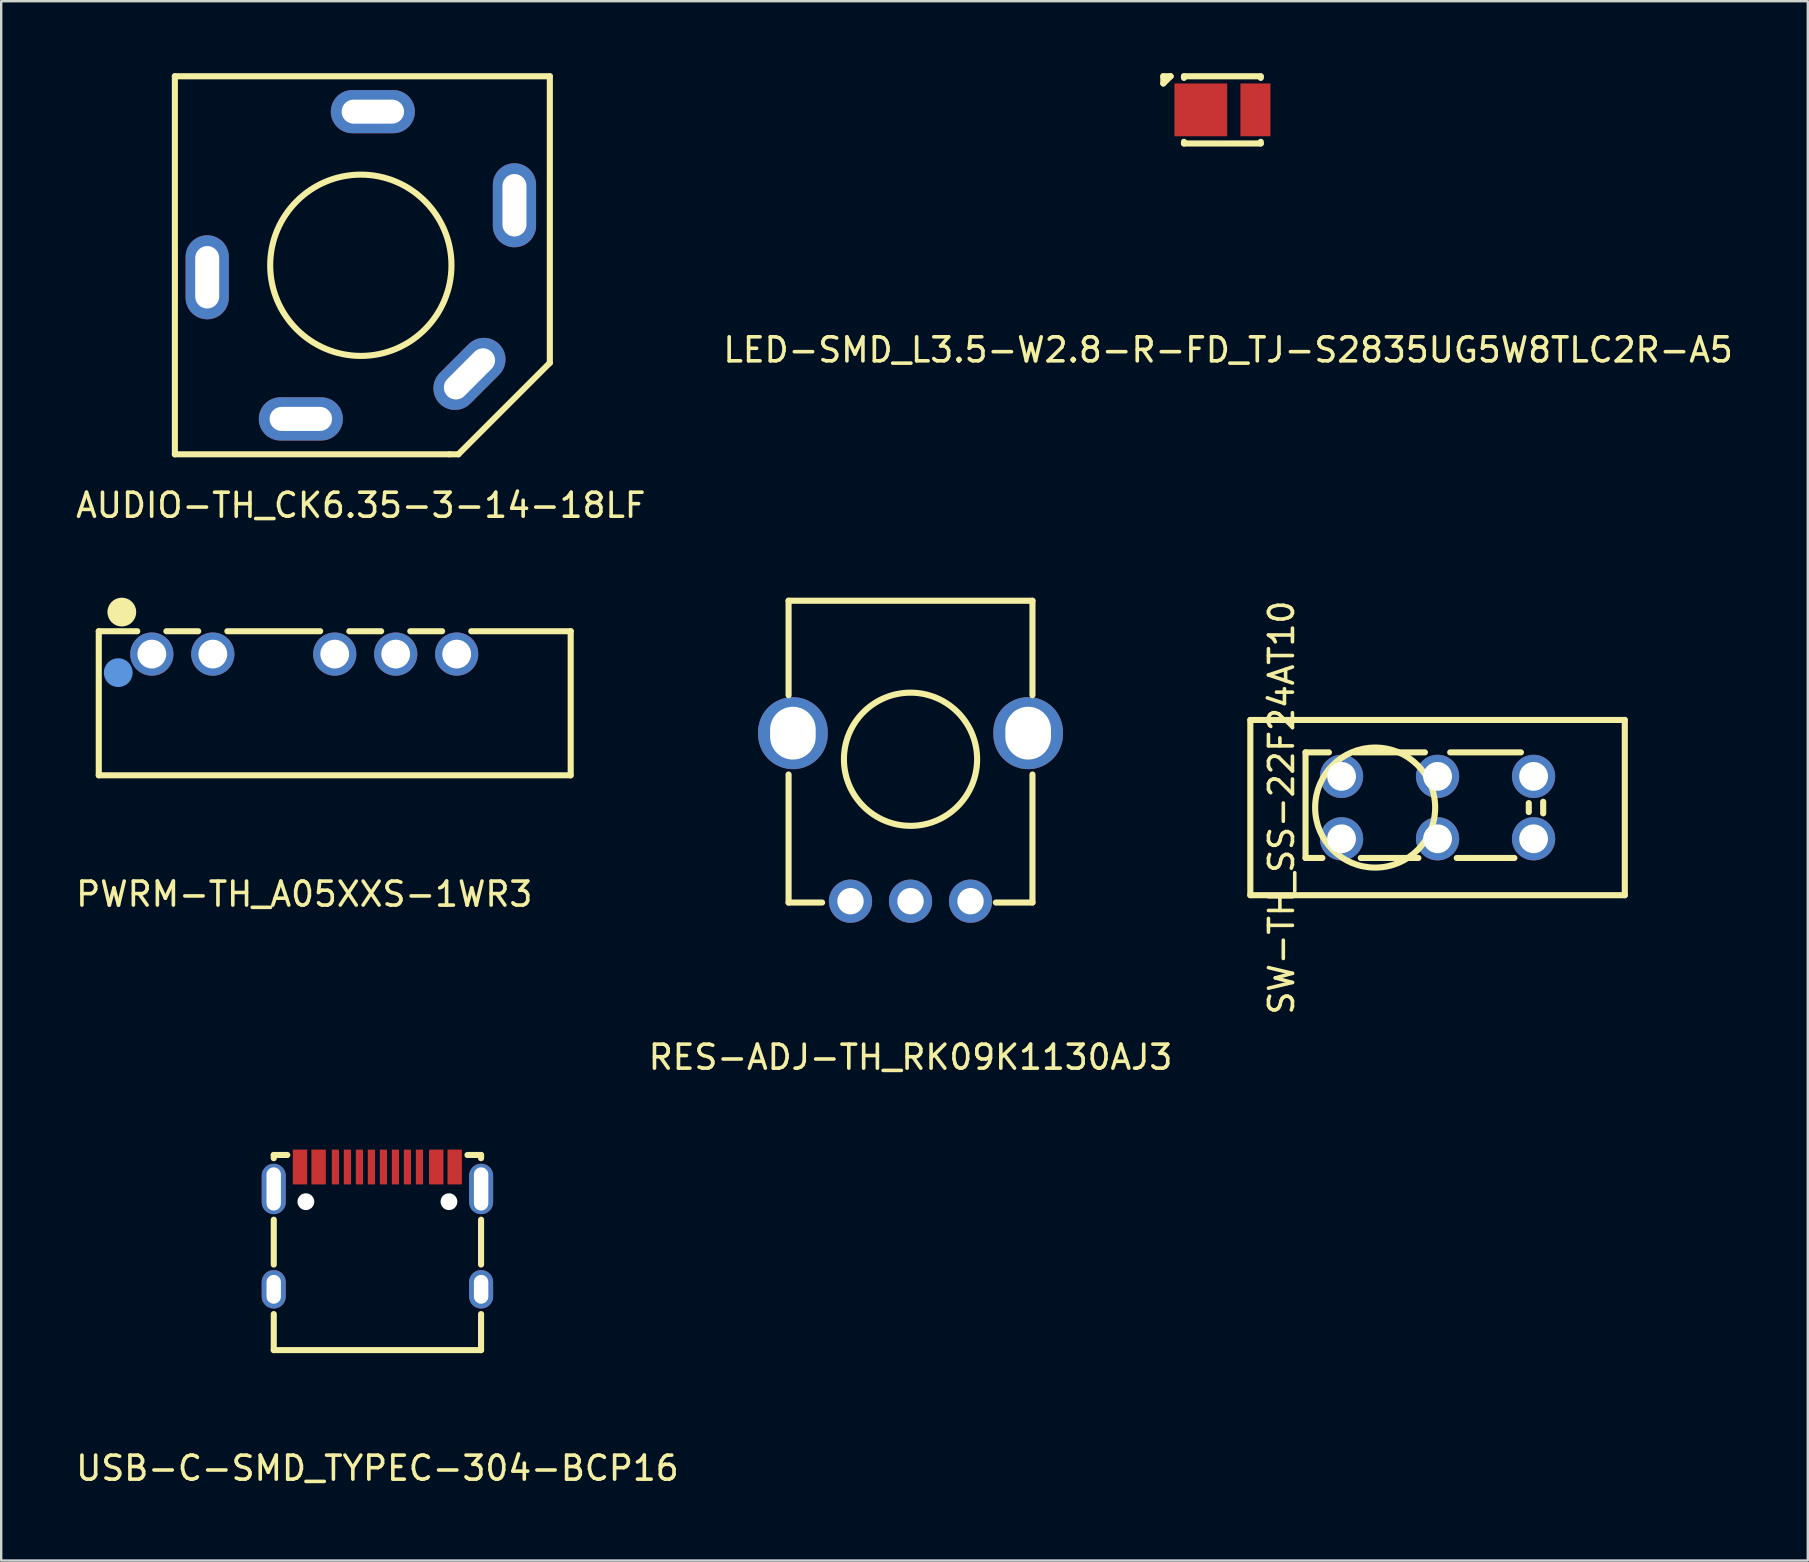
<source format=kicad_pcb>
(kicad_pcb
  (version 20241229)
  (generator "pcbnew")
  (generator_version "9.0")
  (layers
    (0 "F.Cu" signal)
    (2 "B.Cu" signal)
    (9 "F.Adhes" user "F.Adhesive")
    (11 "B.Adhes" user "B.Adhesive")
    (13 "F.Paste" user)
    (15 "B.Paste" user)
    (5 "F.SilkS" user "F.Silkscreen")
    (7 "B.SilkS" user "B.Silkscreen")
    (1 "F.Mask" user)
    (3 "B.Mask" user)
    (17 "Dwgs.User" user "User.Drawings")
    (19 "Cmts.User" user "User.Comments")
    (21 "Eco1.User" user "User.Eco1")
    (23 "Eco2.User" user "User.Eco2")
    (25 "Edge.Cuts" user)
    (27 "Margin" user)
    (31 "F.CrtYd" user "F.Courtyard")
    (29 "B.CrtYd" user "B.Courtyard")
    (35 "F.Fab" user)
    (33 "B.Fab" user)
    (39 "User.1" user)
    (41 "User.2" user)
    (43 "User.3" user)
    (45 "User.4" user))
  (footprint "PWRM-TH_A05XXS-1WR3"
    (layer "F.Cu")
    (at 9.625 24.199)
    (property "Reference" "PWRM-TH_A05XXS-1WR3" (at 0 10 0) (layer "F.SilkS") (effects (font (size 1 1) (thickness 0.15))))
    (attr through_hole)
    (fp_line (start -8.56 -0.953) (end -8.56 5.05) (stroke (width 0.254) (type solid)) (layer "F.SilkS"))
    (fp_line (start -8.56 -0.953) (end -6.957 -0.953) (stroke (width 0.254) (type solid)) (layer "F.SilkS"))
    (fp_line (start -5.743 -0.953) (end -4.417 -0.953) (stroke (width 0.254) (type solid)) (layer "F.SilkS"))
    (fp_line (start -3.203 -0.953) (end 0.663 -0.953) (stroke (width 0.254) (type solid)) (layer "F.SilkS"))
    (fp_line (start 1.877 -0.953) (end 3.203 -0.953) (stroke (width 0.254) (type solid)) (layer "F.SilkS"))
    (fp_line (start 4.417 -0.953) (end 5.743 -0.953) (stroke (width 0.254) (type solid)) (layer "F.SilkS"))
    (fp_line (start 6.957 -0.953) (end 11.1 -0.953) (stroke (width 0.254) (type solid)) (layer "F.SilkS"))
    (fp_line (start 11.09 5.05) (end -8.56 5.05) (stroke (width 0.254) (type solid)) (layer "F.SilkS"))
    (fp_line (start 11.1 5.05) (end 11.1 -0.954) (stroke (width 0.254) (type solid)) (layer "F.SilkS"))
    (fp_circle (center -7.6 -1.75) (end -7.6 -1.45) (stroke (width 0.6) (type solid)) (fill no) (layer "F.SilkS"))
    (fp_circle (center -7.749 0.773) (end -7.749 1.073) (stroke (width 0.6) (type solid)) (fill no) (layer "Cmts.User"))
    (pad "1" thru_hole circle (at -6.35 0.000025) (size 1.8 1.8) (drill 1.2) (layers "*.Cu" "*.Mask"))
    (pad "2" thru_hole circle (at -3.81 0.000025) (size 1.8 1.8) (drill 1.2) (layers "*.Cu" "*.Mask"))
    (pad "4" thru_hole circle (at 1.27 0.000025) (size 1.8 1.8) (drill 1.2) (layers "*.Cu" "*.Mask"))
    (pad "5" thru_hole circle (at 3.81 0.000025) (size 1.8 1.8) (drill 1.2) (layers "*.Cu" "*.Mask"))
    (pad "6" thru_hole circle (at 6.35 0.000025) (size 1.8 1.8) (drill 1.2) (layers "*.Cu" "*.Mask")))
  (footprint "LED-SMD_L3.5-W2.8-R-FD_TJ-S2835UG5W8TLC2R-A5"
    (layer "F.Cu")
    (at 48.113 1.527)
    (property "Reference" "LED-SMD_L3.5-W2.8-R-FD_TJ-S2835UG5W8TLC2R-A5" (at 0 10 0) (layer "F.SilkS") (effects (font (size 1 1) (thickness 0.15))))
    (attr through_hole)
    (fp_line (start -2.7 -1.4) (end -2.7 -1.1) (stroke (width 0.254) (type solid)) (layer "F.SilkS"))
    (fp_line (start -2.4 -1.4) (end -2.7 -1.1) (stroke (width 0.254) (type solid)) (layer "F.SilkS"))
    (fp_line (start -2.4 -1.4) (end -2.7 -1.4) (stroke (width 0.254) (type solid)) (layer "F.SilkS"))
    (fp_line (start -2.4 -1.4) (end -2.4 -1.4) (stroke (width 0.254) (type solid)) (layer "F.SilkS"))
    (fp_line (start -1.84 -1.4) (end -1.84 -1.331) (stroke (width 0.254) (type solid)) (layer "F.SilkS"))
    (fp_line (start -1.84 1.331) (end -1.84 1.4) (stroke (width 0.254) (type solid)) (layer "F.SilkS"))
    (fp_line (start -1.84 1.4) (end 1.36 1.4) (stroke (width 0.254) (type solid)) (layer "F.SilkS"))
    (fp_line (start 1.36 -1.4) (end -1.84 -1.4) (stroke (width 0.254) (type solid)) (layer "F.SilkS"))
    (fp_line (start 1.36 -1.331) (end 1.36 -1.39) (stroke (width 0.254) (type solid)) (layer "F.SilkS"))
    (fp_line (start 1.36 1.4) (end 1.36 1.331) (stroke (width 0.254) (type solid)) (layer "F.SilkS"))
    (pad "1" smd rect (at 1.138 0 180) (size 1.25 2.2) (layers "F.Cu" "F.Mask" "F.Paste"))
    (pad "2" smd rect (at -1.138 0 180) (size 2.2 2.2) (layers "F.Cu" "F.Mask" "F.Paste")))
  (footprint "AUDIO-TH_CK6.35-3-14-18LF"
    (layer "F.Cu")
    (at 11.982 8.001)
    (property "Reference" "AUDIO-TH_CK6.35-3-14-18LF" (at 0 10 0) (layer "F.SilkS") (effects (font (size 1 1) (thickness 0.15))))
    (attr through_hole)
    (fp_line (start -7.747 -7.874) (end -7.747 7.874) (stroke (width 0.254) (type solid)) (layer "F.SilkS"))
    (fp_line (start -7.747 7.874) (end 3.683 7.874) (stroke (width 0.254) (type solid)) (layer "F.SilkS"))
    (fp_line (start 3.683 7.874) (end 4.064 7.874) (stroke (width 0.254) (type solid)) (layer "F.SilkS"))
    (fp_line (start 4.064 7.874) (end 7.874 4.064) (stroke (width 0.254) (type solid)) (layer "F.SilkS"))
    (fp_line (start 7.874 -7.874) (end -7.747 -7.874) (stroke (width 0.254) (type solid)) (layer "F.SilkS"))
    (fp_line (start 7.874 4.064) (end 7.874 -7.874) (stroke (width 0.254) (type solid)) (layer "F.SilkS"))
    (fp_circle (center 0 0) (end 0 3.776) (stroke (width 0.254) (type solid)) (fill no) (layer "F.SilkS"))
    (pad "1" thru_hole oval (at 4.525 4.525 315) (size 1.8 3.5) (drill oval 1 2.6) (layers "*.Cu" "*.Mask"))
    (pad "2" thru_hole oval (at -6.4 0.5) (size 1.8 3.5) (drill oval 1 2.6) (layers "*.Cu" "*.Mask"))
    (pad "3" thru_hole oval (at 0.5 -6.4 90) (size 1.8 3.5) (drill oval 1 2.6) (layers "*.Cu" "*.Mask"))
    (pad "4" thru_hole oval (at -2.5 6.4 90) (size 1.8 3.5) (drill oval 1 2.6) (layers "*.Cu" "*.Mask"))
    (pad "5" thru_hole oval (at 6.4 -2.5) (size 1.8 3.5) (drill oval 1 2.6) (layers "*.Cu" "*.Mask")))
  (footprint "USB-C-SMD_TYPEC-304-BCP16"
    (layer "F.Cu")
    (at 12.673 48.114)
    (property "Reference" "USB-C-SMD_TYPEC-304-BCP16" (at 0 10 0) (layer "F.SilkS") (effects (font (size 1 1) (thickness 0.15))))
    (attr through_hole)
    (fp_line (start -4.318 -3.048) (end -4.318 -2.914) (stroke (width 0.254) (type solid)) (layer "F.SilkS"))
    (fp_line (start -4.318 -0.351) (end -4.318 1.516) (stroke (width 0.254) (type solid)) (layer "F.SilkS"))
    (fp_line (start -4.318 3.579) (end -4.318 5.08) (stroke (width 0.254) (type solid)) (layer "F.SilkS"))
    (fp_line (start -4.318 5.08) (end 4.318 5.08) (stroke (width 0.254) (type solid)) (layer "F.SilkS"))
    (fp_line (start -3.756 -3.048) (end -4.318 -3.048) (stroke (width 0.254) (type solid)) (layer "F.SilkS"))
    (fp_line (start 4.318 -3.048) (end 3.751 -3.048) (stroke (width 0.254) (type solid)) (layer "F.SilkS"))
    (fp_line (start 4.318 -2.914) (end 4.318 -3.048) (stroke (width 0.254) (type solid)) (layer "F.SilkS"))
    (fp_line (start 4.318 1.516) (end 4.318 -0.351) (stroke (width 0.254) (type solid)) (layer "F.SilkS"))
    (fp_line (start 4.318 5.08) (end 4.318 3.579) (stroke (width 0.254) (type solid)) (layer "F.SilkS"))
    (pad "" np_thru_hole circle (at -2.98 -1.102) (size 0.7 0.7) (drill 0.7) (layers "*.Cu" "*.Mask"))
    (pad "" np_thru_hole circle (at 2.98 -1.102) (size 0.7 0.7) (drill 0.7) (layers "*.Cu" "*.Mask"))
    (pad "13" thru_hole oval (at -4.32 -1.633) (size 1 2.1) (drill oval 0.6 1.8) (layers "*.Cu" "*.Mask"))
    (pad "14" thru_hole oval (at 4.32 -1.633) (size 1 2.1) (drill oval 0.6 1.8) (layers "*.Cu" "*.Mask"))
    (pad "15" thru_hole oval (at -4.32 2.547) (size 1 1.6) (drill oval 0.6 1.2) (layers "*.Cu" "*.Mask"))
    (pad "16" thru_hole oval (at 4.32 2.547) (size 1 1.6) (drill oval 0.6 1.2) (layers "*.Cu" "*.Mask"))
    (pad "A1B12" smd rect (at -3.225 -2.547) (size 0.6 1.45) (layers "F.Cu" "F.Mask" "F.Paste"))
    (pad "A4B9" smd rect (at -2.45 -2.547) (size 0.6 1.45) (layers "F.Cu" "F.Mask" "F.Paste"))
    (pad "A5" smd rect (at -1.25 -2.547) (size 0.3 1.45) (layers "F.Cu" "F.Mask" "F.Paste"))
    (pad "A6" smd rect (at -0.25 -2.547) (size 0.3 1.45) (layers "F.Cu" "F.Mask" "F.Paste"))
    (pad "A7" smd rect (at 0.25 -2.547) (size 0.3 1.45) (layers "F.Cu" "F.Mask" "F.Paste"))
    (pad "A8" smd rect (at 1.25 -2.547) (size 0.3 1.45) (layers "F.Cu" "F.Mask" "F.Paste"))
    (pad "B1A12" smd rect (at 3.22 -2.547) (size 0.6 1.45) (layers "F.Cu" "F.Mask" "F.Paste"))
    (pad "B4A9" smd rect (at 2.45 -2.547) (size 0.6 1.45) (layers "F.Cu" "F.Mask" "F.Paste"))
    (pad "B5" smd rect (at 1.75 -2.547) (size 0.3 1.45) (layers "F.Cu" "F.Mask" "F.Paste"))
    (pad "B6" smd rect (at 0.75 -2.547) (size 0.3 1.45) (layers "F.Cu" "F.Mask" "F.Paste"))
    (pad "B7" smd rect (at -0.75 -2.547) (size 0.3 1.45) (layers "F.Cu" "F.Mask" "F.Paste"))
    (pad "B8" smd rect (at -1.75 -2.547) (size 0.3 1.45) (layers "F.Cu" "F.Mask" "F.Paste")))
  (footprint "RES-ADJ-TH_RK09K1130AJ3"
    (layer "F.Cu")
    (at 34.882 30.993)
    (property "Reference" "RES-ADJ-TH_RK09K1130AJ3" (at 0 10 0) (layer "F.SilkS") (effects (font (size 1 1) (thickness 0.15))))
    (attr through_hole)
    (fp_line (start -5.08 -9.017) (end 5.08 -9.017) (stroke (width 0.254) (type solid)) (layer "F.SilkS"))
    (fp_line (start -5.08 -5.08) (end -5.08 -9.017) (stroke (width 0.254) (type solid)) (layer "F.SilkS"))
    (fp_line (start -5.08 -1.778) (end -5.08 3.556) (stroke (width 0.254) (type solid)) (layer "F.SilkS"))
    (fp_line (start -5.08 3.556) (end -3.683 3.556) (stroke (width 0.254) (type solid)) (layer "F.SilkS"))
    (fp_line (start 3.556 3.556) (end 5.08 3.556) (stroke (width 0.254) (type solid)) (layer "F.SilkS"))
    (fp_line (start 5.08 -9.017) (end 5.08 -5.08) (stroke (width 0.254) (type solid)) (layer "F.SilkS"))
    (fp_line (start 5.08 3.556) (end 5.08 -1.778) (stroke (width 0.254) (type solid)) (layer "F.SilkS"))
    (fp_circle (center 0 -2.413) (end 0 0.361) (stroke (width 0.254) (type solid)) (fill no) (layer "F.SilkS"))
    (pad "1" thru_hole circle (at -2.5 3.5) (size 1.8 1.8) (drill 1.1) (layers "*.Cu" "*.Mask"))
    (pad "2" thru_hole circle (at 0 3.5) (size 1.8 1.8) (drill 1.1) (layers "*.Cu" "*.Mask"))
    (pad "3" thru_hole circle (at 2.5 3.5) (size 1.8 1.8) (drill 1.1) (layers "*.Cu" "*.Mask"))
    (pad "4" thru_hole oval (at -4.9 -3.5) (size 2.9 3) (drill oval 1.9 2.2) (layers "*.Cu" "*.Mask"))
    (pad "5" thru_hole oval (at 4.9 -3.5) (size 2.9 3) (drill oval 1.9 2.2) (layers "*.Cu" "*.Mask")))
  (footprint "SW-TH_SS-22F24AT10"
    (layer "F.Cu")
    (at 56.838 30.593)
    (property "Reference" "SW-TH_SS-22F24AT10" (at -6.5 0 90) (layer "F.SilkS") (effects (font (size 1 1) (thickness 0.15))))
    (attr through_hole)
    (fp_line (start -7.8 -3.65) (end -7.8 3.65) (stroke (width 0.254) (type solid)) (layer "F.SilkS"))
    (fp_line (start -7.8 -3.65) (end 7.8 -3.65) (stroke (width 0.254) (type solid)) (layer "F.SilkS"))
    (fp_line (start -7.8 3.65) (end 7.8 3.65) (stroke (width 0.254) (type solid)) (layer "F.SilkS"))
    (fp_line (start -5.5 -2.3) (end -4.526 -2.3) (stroke (width 0.254) (type solid)) (layer "F.SilkS"))
    (fp_line (start -5.5 2.1) (end -5.5 -2.3) (stroke (width 0.254) (type solid)) (layer "F.SilkS"))
    (fp_line (start -4.799 2.1) (end -5.5 2.1) (stroke (width 0.254) (type solid)) (layer "F.SilkS"))
    (fp_line (start -3.474 -2.3) (end -0.526 -2.3) (stroke (width 0.254) (type solid)) (layer "F.SilkS"))
    (fp_line (start -0.799 2.1) (end -3.201 2.1) (stroke (width 0.254) (type solid)) (layer "F.SilkS"))
    (fp_line (start 0.526 -2.3) (end 3.474 -2.3) (stroke (width 0.254) (type solid)) (layer "F.SilkS"))
    (fp_line (start 3.201 2.1) (end 0.799 2.1) (stroke (width 0.254) (type solid)) (layer "F.SilkS"))
    (fp_line (start 3.8 -0.187) (end 3.8 0.187) (stroke (width 0.254) (type solid)) (layer "F.SilkS"))
    (fp_line (start 4.4 -0.242) (end 4.4 0.242) (stroke (width 0.254) (type solid)) (layer "F.SilkS"))
    (fp_line (start 7.8 -3.65) (end 7.8 3.65) (stroke (width 0.254) (type solid)) (layer "F.SilkS"))
    (fp_circle (center -2.6 0) (end -2.6 2.5) (stroke (width 0.254) (type solid)) (fill no) (layer "F.SilkS"))
    (pad "1" thru_hole circle (at -4 -1.3) (size 1.8 1.8) (drill 1.2) (layers "*.Cu" "*.Mask"))
    (pad "2" thru_hole circle (at 0 -1.3) (size 1.8 1.8) (drill 1.2) (layers "*.Cu" "*.Mask"))
    (pad "3" thru_hole circle (at 4 -1.3) (size 1.8 1.8) (drill 1.2) (layers "*.Cu" "*.Mask"))
    (pad "4" thru_hole circle (at -4 1.3) (size 1.8 1.8) (drill 1.2) (layers "*.Cu" "*.Mask"))
    (pad "5" thru_hole circle (at 0 1.3) (size 1.8 1.8) (drill 1.2) (layers "*.Cu" "*.Mask"))
    (pad "6" thru_hole circle (at 4 1.3) (size 1.8 1.8) (drill 1.2) (layers "*.Cu" "*.Mask")))
  (gr_rect
    (start -3 -3)
    (end 72.262 61.962)
    (stroke (width 0.1) (type default))
    (fill no)
    (layer "Edge.Cuts")))
</source>
